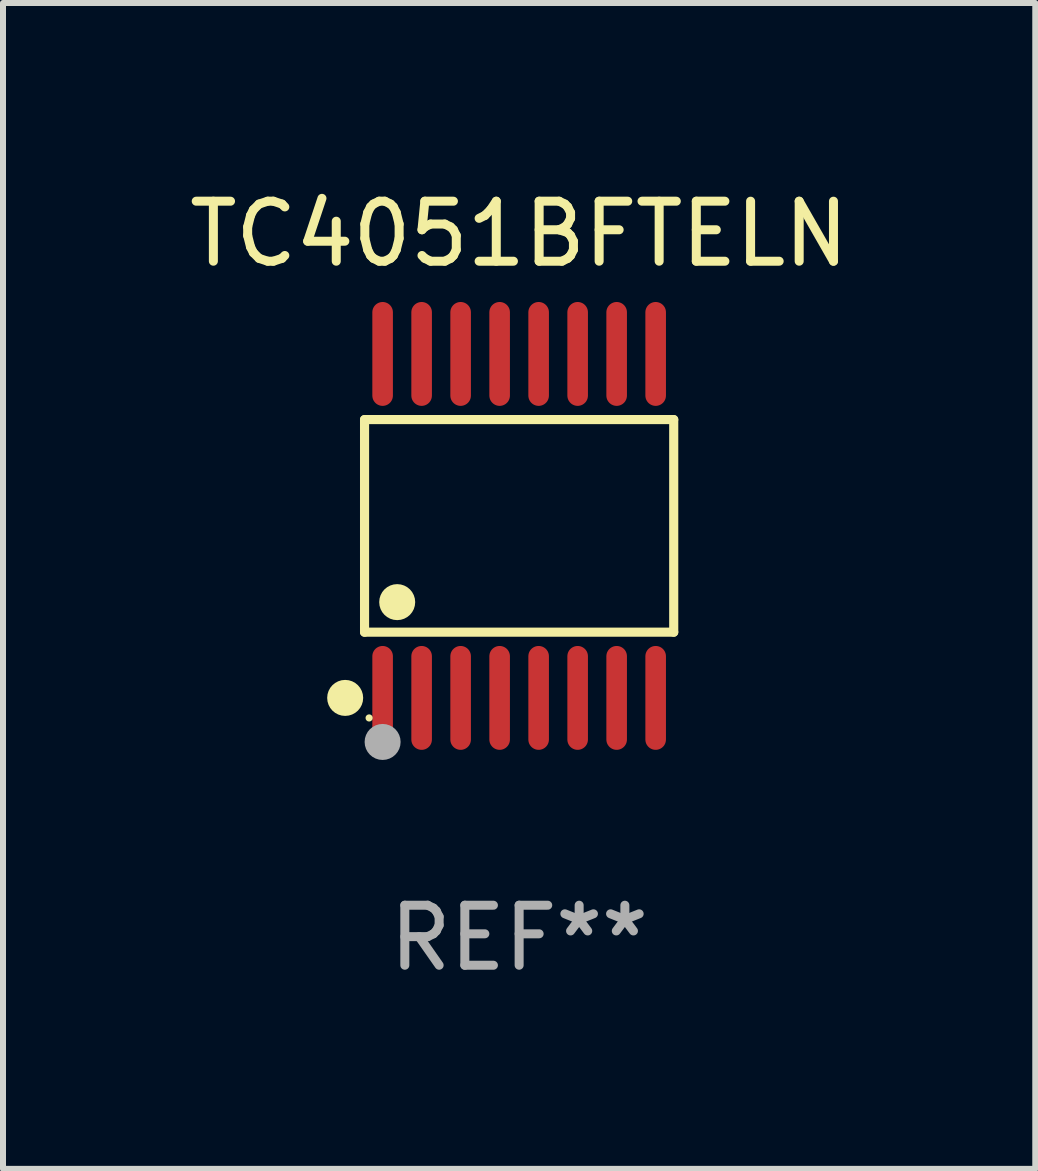
<source format=kicad_pcb>
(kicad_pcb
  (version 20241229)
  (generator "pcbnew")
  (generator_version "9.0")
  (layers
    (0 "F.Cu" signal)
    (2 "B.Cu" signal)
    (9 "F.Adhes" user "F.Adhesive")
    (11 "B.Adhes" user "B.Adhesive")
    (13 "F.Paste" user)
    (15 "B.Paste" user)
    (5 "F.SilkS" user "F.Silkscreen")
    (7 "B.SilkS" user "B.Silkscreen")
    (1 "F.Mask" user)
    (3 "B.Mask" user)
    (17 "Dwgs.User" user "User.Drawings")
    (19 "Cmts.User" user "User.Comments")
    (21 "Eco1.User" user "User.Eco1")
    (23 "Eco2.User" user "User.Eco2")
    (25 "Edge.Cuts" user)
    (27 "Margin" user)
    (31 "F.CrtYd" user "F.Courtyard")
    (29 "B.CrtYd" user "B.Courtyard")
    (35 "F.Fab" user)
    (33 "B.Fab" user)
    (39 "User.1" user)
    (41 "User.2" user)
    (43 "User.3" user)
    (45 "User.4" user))
  (footprint "TC4051BFTELN"
    (layer "F.Cu")
    (at 5.601 5.714)
    (property "Reference" "TC4051BFTELN" (at 0 -4.866 0) (layer "F.SilkS") (effects (font (size 1 1) (thickness 0.15))))
    (attr through_hole)
    (fp_line (start -2.576 -1.772) (end 2.576 -1.772) (stroke (width 0.152) (type solid)) (layer "F.SilkS"))
    (fp_line (start -2.576 1.771) (end -2.576 -1.772) (stroke (width 0.152) (type solid)) (layer "F.SilkS"))
    (fp_line (start 2.576 -1.772) (end 2.576 1.771) (stroke (width 0.152) (type solid)) (layer "F.SilkS"))
    (fp_line (start 2.576 1.771) (end -2.576 1.771) (stroke (width 0.152) (type solid)) (layer "F.SilkS"))
    (fp_circle (center -2.899 2.866) (end -2.749 2.866) (stroke (width 0.3) (type solid)) (fill no) (layer "F.SilkS"))
    (fp_circle (center -2.5 3.2) (end -2.47 3.2) (stroke (width 0.06) (type solid)) (fill no) (layer "F.SilkS"))
    (fp_circle (center -2.032 1.27) (end -1.882 1.27) (stroke (width 0.3) (type solid)) (fill no) (layer "F.SilkS"))
    (fp_circle (center -2.275 3.6) (end -2.125 3.6) (stroke (width 0.3) (type solid)) (fill no) (layer "F.Fab"))
    (fp_text user "REF**" (at 0 6.866 0) (layer "F.Fab") (effects (font (size 1 1) (thickness 0.15))))
    (pad "1" smd oval (at -2.275 2.866) (size 0.343 1.731) (layers "F.Cu" "F.Mask" "F.Paste"))
    (pad "2" smd oval (at -1.625 2.866) (size 0.343 1.731) (layers "F.Cu" "F.Mask" "F.Paste"))
    (pad "3" smd oval (at -0.975 2.866) (size 0.343 1.731) (layers "F.Cu" "F.Mask" "F.Paste"))
    (pad "4" smd oval (at -0.325 2.866) (size 0.343 1.731) (layers "F.Cu" "F.Mask" "F.Paste"))
    (pad "5" smd oval (at 0.325 2.866) (size 0.343 1.731) (layers "F.Cu" "F.Mask" "F.Paste"))
    (pad "6" smd oval (at 0.975 2.866) (size 0.343 1.731) (layers "F.Cu" "F.Mask" "F.Paste"))
    (pad "7" smd oval (at 1.625 2.866) (size 0.343 1.731) (layers "F.Cu" "F.Mask" "F.Paste"))
    (pad "8" smd oval (at 2.275 2.866) (size 0.343 1.731) (layers "F.Cu" "F.Mask" "F.Paste"))
    (pad "9" smd oval (at 2.275 -2.866) (size 0.343 1.731) (layers "F.Cu" "F.Mask" "F.Paste"))
    (pad "10" smd oval (at 1.625 -2.866) (size 0.343 1.731) (layers "F.Cu" "F.Mask" "F.Paste"))
    (pad "11" smd oval (at 0.975 -2.866) (size 0.343 1.731) (layers "F.Cu" "F.Mask" "F.Paste"))
    (pad "12" smd oval (at 0.325 -2.866) (size 0.343 1.731) (layers "F.Cu" "F.Mask" "F.Paste"))
    (pad "13" smd oval (at -0.325 -2.866) (size 0.343 1.731) (layers "F.Cu" "F.Mask" "F.Paste"))
    (pad "14" smd oval (at -0.975 -2.866) (size 0.343 1.731) (layers "F.Cu" "F.Mask" "F.Paste"))
    (pad "15" smd oval (at -1.625 -2.866) (size 0.343 1.731) (layers "F.Cu" "F.Mask" "F.Paste"))
    (pad "16" smd oval (at -2.275 -2.866) (size 0.343 1.731) (layers "F.Cu" "F.Mask" "F.Paste")))
  (gr_rect
    (start -3 -3)
    (end 14.202 16.428)
    (stroke (width 0.1) (type default))
    (fill no)
    (layer "Edge.Cuts")))
</source>
